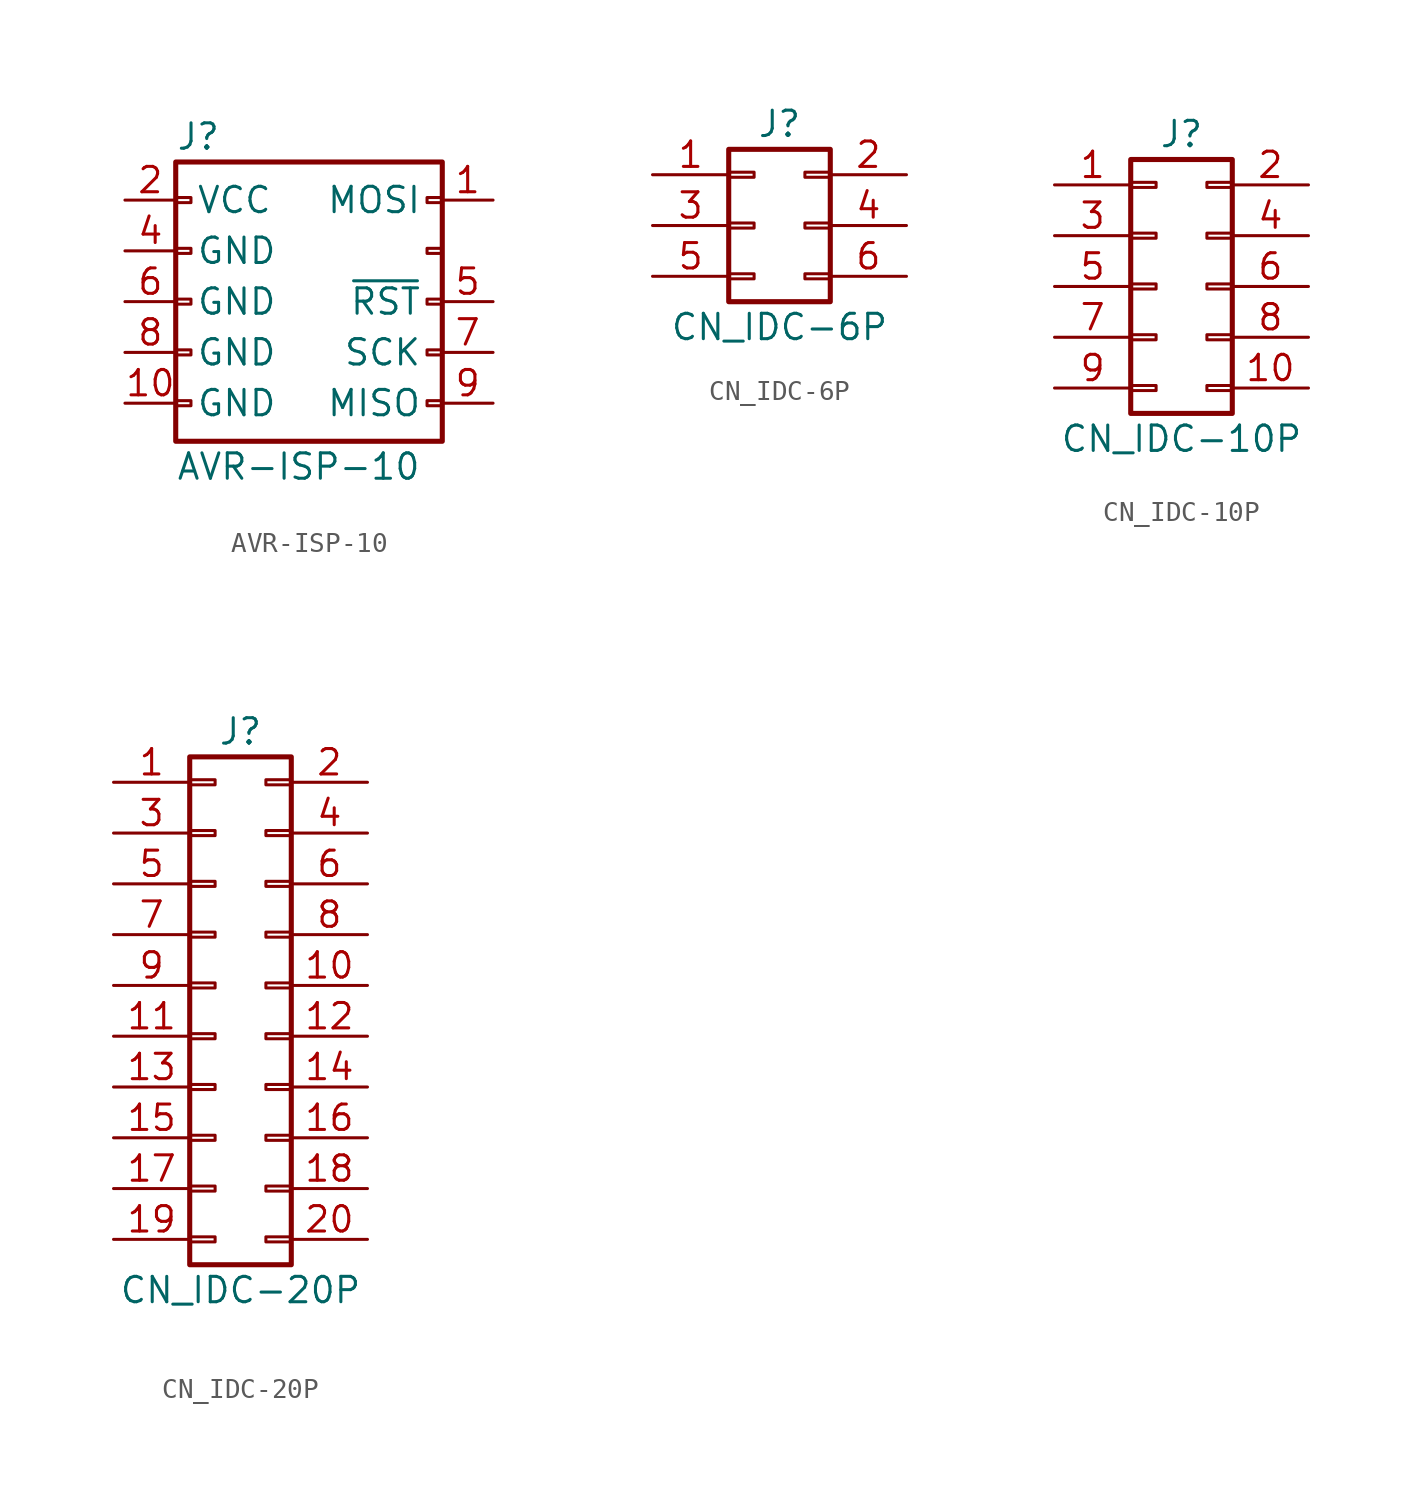
<source format=kicad_sym>
(kicad_symbol_lib
  (version 20211014)
  (generator kicad_symbol_editor)
  (symbol "AVR-ISP-10"
    (pin_names
      (offset 1.016))
    (property "Reference" "J"
      (at -6.35 8.255 0)
      (effects (font (size 1.27 1.27)) (justify left)))
    (property "Value" "AVR-ISP-10"
      (at -6.35 -8.255 0)
      (effects (font (size 1.27 1.27)) (justify left)))
    (symbol "AVR-ISP-10_0_1"
      (rectangle (start -6.35 6.985) (end 6.985 -6.985) (stroke (width 0.254) (type default) (color 0 0 0 0)) (fill (type none)))
      (rectangle (start -5.588 -4.953) (end -6.35 -5.207) (stroke (width 0) (type default) (color 0 0 0 0)) (fill (type none)))
      (rectangle (start -5.588 -2.413) (end -6.35 -2.667) (stroke (width 0) (type default) (color 0 0 0 0)) (fill (type none)))
      (rectangle (start -5.588 0.127) (end -6.35 -0.127) (stroke (width 0) (type default) (color 0 0 0 0)) (fill (type none)))
      (rectangle (start -5.588 2.667) (end -6.35 2.413) (stroke (width 0) (type default) (color 0 0 0 0)) (fill (type none)))
      (rectangle (start -5.588 5.207) (end -6.35 4.953) (stroke (width 0) (type default) (color 0 0 0 0)) (fill (type none)))
      (rectangle (start 6.985 -4.953) (end 6.223 -5.207) (stroke (width 0) (type default) (color 0 0 0 0)) (fill (type none)))
      (rectangle (start 6.985 -2.413) (end 6.223 -2.667) (stroke (width 0) (type default) (color 0 0 0 0)) (fill (type none)))
      (rectangle (start 6.985 0.127) (end 6.223 -0.127) (stroke (width 0) (type default) (color 0 0 0 0)) (fill (type none)))
      (rectangle (start 6.985 2.667) (end 6.223 2.413) (stroke (width 0) (type default) (color 0 0 0 0)) (fill (type none)))
      (rectangle (start 6.985 5.207) (end 6.223 4.953) (stroke (width 0) (type default) (color 0 0 0 0)) (fill (type none))))
    (symbol "AVR-ISP-10_1_1"
      (pin passive line (at 9.525 5.08 180) (length 2.54) (name "MOSI" (effects (font (size 1.27 1.27)))) (number "1" (effects (font (size 1.27 1.27)))))
      (pin passive line (at -8.89 -5.08 0) (length 2.54) (name "GND" (effects (font (size 1.27 1.27)))) (number "10" (effects (font (size 1.27 1.27)))))
      (pin passive line (at -8.89 5.08 0) (length 2.54) (name "VCC" (effects (font (size 1.27 1.27)))) (number "2" (effects (font (size 1.27 1.27)))))
      (pin no_connect line (at 9.525 2.54 180) (length 2.54) hide (name "NC" (effects (font (size 1.27 1.27)))) (number "3" (effects (font (size 1.27 1.27)))))
      (pin passive line (at -8.89 2.54 0) (length 2.54) (name "GND" (effects (font (size 1.27 1.27)))) (number "4" (effects (font (size 1.27 1.27)))))
      (pin passive line (at 9.525 0 180) (length 2.54) (name "~{RST}" (effects (font (size 1.27 1.27)))) (number "5" (effects (font (size 1.27 1.27)))))
      (pin passive line (at -8.89 0 0) (length 2.54) (name "GND" (effects (font (size 1.27 1.27)))) (number "6" (effects (font (size 1.27 1.27)))))
      (pin passive line (at 9.525 -2.54 180) (length 2.54) (name "SCK" (effects (font (size 1.27 1.27)))) (number "7" (effects (font (size 1.27 1.27)))))
      (pin passive line (at -8.89 -2.54 0) (length 2.54) (name "GND" (effects (font (size 1.27 1.27)))) (number "8" (effects (font (size 1.27 1.27)))))
      (pin passive line (at 9.525 -5.08 180) (length 2.54) (name "MISO" (effects (font (size 1.27 1.27)))) (number "9" (effects (font (size 1.27 1.27)))))))
  (symbol "CN_IDC-6P"
    (pin_names
      (offset 1.016) hide)
    (property "Reference" "J"
      (at 0 5.08 0)
      (effects (font (size 1.27 1.27))))
    (property "Value" "CN_IDC-6P"
      (at 0 -5.08 0)
      (effects (font (size 1.27 1.27))))
    (symbol "CN_IDC-6P_1_1"
      (rectangle (start -2.54 -2.413) (end -1.27 -2.667) (stroke (width 0.152) (type default) (color 0 0 0 0)) (fill (type none)))
      (rectangle (start -2.54 0.127) (end -1.27 -0.127) (stroke (width 0.152) (type default) (color 0 0 0 0)) (fill (type none)))
      (rectangle (start -2.54 2.667) (end -1.27 2.413) (stroke (width 0.152) (type default) (color 0 0 0 0)) (fill (type none)))
      (rectangle (start -2.54 3.81) (end 2.54 -3.81) (stroke (width 0.254) (type default) (color 0 0 0 0)) (fill (type none)))
      (rectangle (start 2.54 -2.413) (end 1.27 -2.667) (stroke (width 0.152) (type default) (color 0 0 0 0)) (fill (type none)))
      (rectangle (start 2.54 0.127) (end 1.27 -0.127) (stroke (width 0.152) (type default) (color 0 0 0 0)) (fill (type none)))
      (rectangle (start 2.54 2.667) (end 1.27 2.413) (stroke (width 0.152) (type default) (color 0 0 0 0)) (fill (type none)))
      (pin passive line (at -6.35 2.54 0) (length 3.81) (name "Pin_1" (effects (font (size 1.27 1.27)))) (number "1" (effects (font (size 1.27 1.27)))))
      (pin passive line (at 6.35 2.54 180) (length 3.81) (name "Pin_2" (effects (font (size 1.27 1.27)))) (number "2" (effects (font (size 1.27 1.27)))))
      (pin passive line (at -6.35 0 0) (length 3.81) (name "Pin_3" (effects (font (size 1.27 1.27)))) (number "3" (effects (font (size 1.27 1.27)))))
      (pin passive line (at 6.35 0 180) (length 3.81) (name "Pin_4" (effects (font (size 1.27 1.27)))) (number "4" (effects (font (size 1.27 1.27)))))
      (pin passive line (at -6.35 -2.54 0) (length 3.81) (name "Pin_5" (effects (font (size 1.27 1.27)))) (number "5" (effects (font (size 1.27 1.27)))))
      (pin passive line (at 6.35 -2.54 180) (length 3.81) (name "Pin_6" (effects (font (size 1.27 1.27)))) (number "6" (effects (font (size 1.27 1.27)))))))
  (symbol "CN_IDC-10P"
    (pin_names
      (offset 1.016) hide)
    (property "Reference" "J"
      (at 1.27 7.62 0)
      (effects (font (size 1.27 1.27))))
    (property "Value" "CN_IDC-10P"
      (at 1.27 -7.62 0)
      (effects (font (size 1.27 1.27))))
    (symbol "CN_IDC-10P_1_1"
      (rectangle (start -1.27 -4.953) (end 0 -5.207) (stroke (width 0.152) (type default) (color 0 0 0 0)) (fill (type none)))
      (rectangle (start -1.27 -2.413) (end 0 -2.667) (stroke (width 0.152) (type default) (color 0 0 0 0)) (fill (type none)))
      (rectangle (start -1.27 0.127) (end 0 -0.127) (stroke (width 0.152) (type default) (color 0 0 0 0)) (fill (type none)))
      (rectangle (start -1.27 2.667) (end 0 2.413) (stroke (width 0.152) (type default) (color 0 0 0 0)) (fill (type none)))
      (rectangle (start -1.27 5.207) (end 0 4.953) (stroke (width 0.152) (type default) (color 0 0 0 0)) (fill (type none)))
      (rectangle (start -1.27 6.35) (end 3.81 -6.35) (stroke (width 0.254) (type default) (color 0 0 0 0)) (fill (type none)))
      (rectangle (start 3.81 -4.953) (end 2.54 -5.207) (stroke (width 0.152) (type default) (color 0 0 0 0)) (fill (type none)))
      (rectangle (start 3.81 -2.413) (end 2.54 -2.667) (stroke (width 0.152) (type default) (color 0 0 0 0)) (fill (type none)))
      (rectangle (start 3.81 0.127) (end 2.54 -0.127) (stroke (width 0.152) (type default) (color 0 0 0 0)) (fill (type none)))
      (rectangle (start 3.81 2.667) (end 2.54 2.413) (stroke (width 0.152) (type default) (color 0 0 0 0)) (fill (type none)))
      (rectangle (start 3.81 5.207) (end 2.54 4.953) (stroke (width 0.152) (type default) (color 0 0 0 0)) (fill (type none)))
      (pin passive line (at -5.08 5.08 0) (length 3.81) (name "Pin_1" (effects (font (size 1.27 1.27)))) (number "1" (effects (font (size 1.27 1.27)))))
      (pin passive line (at 7.62 -5.08 180) (length 3.81) (name "Pin_10" (effects (font (size 1.27 1.27)))) (number "10" (effects (font (size 1.27 1.27)))))
      (pin passive line (at 7.62 5.08 180) (length 3.81) (name "Pin_2" (effects (font (size 1.27 1.27)))) (number "2" (effects (font (size 1.27 1.27)))))
      (pin passive line (at -5.08 2.54 0) (length 3.81) (name "Pin_3" (effects (font (size 1.27 1.27)))) (number "3" (effects (font (size 1.27 1.27)))))
      (pin passive line (at 7.62 2.54 180) (length 3.81) (name "Pin_4" (effects (font (size 1.27 1.27)))) (number "4" (effects (font (size 1.27 1.27)))))
      (pin passive line (at -5.08 0 0) (length 3.81) (name "Pin_5" (effects (font (size 1.27 1.27)))) (number "5" (effects (font (size 1.27 1.27)))))
      (pin passive line (at 7.62 0 180) (length 3.81) (name "Pin_6" (effects (font (size 1.27 1.27)))) (number "6" (effects (font (size 1.27 1.27)))))
      (pin passive line (at -5.08 -2.54 0) (length 3.81) (name "Pin_7" (effects (font (size 1.27 1.27)))) (number "7" (effects (font (size 1.27 1.27)))))
      (pin passive line (at 7.62 -2.54 180) (length 3.81) (name "Pin_8" (effects (font (size 1.27 1.27)))) (number "8" (effects (font (size 1.27 1.27)))))
      (pin passive line (at -5.08 -5.08 0) (length 3.81) (name "Pin_9" (effects (font (size 1.27 1.27)))) (number "9" (effects (font (size 1.27 1.27)))))))
  (symbol "CN_IDC-20P"
    (pin_names
      (offset 1.016) hide)
    (property "Reference" "J"
      (at 1.27 12.7 0)
      (effects (font (size 1.27 1.27))))
    (property "Value" "CN_IDC-20P"
      (at 1.27 -15.24 0)
      (effects (font (size 1.27 1.27))))
    (symbol "CN_IDC-20P_1_1"
      (rectangle (start -1.27 -12.573) (end 0 -12.827) (stroke (width 0.152) (type default) (color 0 0 0 0)) (fill (type none)))
      (rectangle (start -1.27 -10.033) (end 0 -10.287) (stroke (width 0.152) (type default) (color 0 0 0 0)) (fill (type none)))
      (rectangle (start -1.27 -7.493) (end 0 -7.747) (stroke (width 0.152) (type default) (color 0 0 0 0)) (fill (type none)))
      (rectangle (start -1.27 -4.953) (end 0 -5.207) (stroke (width 0.152) (type default) (color 0 0 0 0)) (fill (type none)))
      (rectangle (start -1.27 -2.413) (end 0 -2.667) (stroke (width 0.152) (type default) (color 0 0 0 0)) (fill (type none)))
      (rectangle (start -1.27 0.127) (end 0 -0.127) (stroke (width 0.152) (type default) (color 0 0 0 0)) (fill (type none)))
      (rectangle (start -1.27 2.667) (end 0 2.413) (stroke (width 0.152) (type default) (color 0 0 0 0)) (fill (type none)))
      (rectangle (start -1.27 5.207) (end 0 4.953) (stroke (width 0.152) (type default) (color 0 0 0 0)) (fill (type none)))
      (rectangle (start -1.27 7.747) (end 0 7.493) (stroke (width 0.152) (type default) (color 0 0 0 0)) (fill (type none)))
      (rectangle (start -1.27 10.287) (end 0 10.033) (stroke (width 0.152) (type default) (color 0 0 0 0)) (fill (type none)))
      (rectangle (start -1.27 11.43) (end 3.81 -13.97) (stroke (width 0.254) (type default) (color 0 0 0 0)) (fill (type none)))
      (rectangle (start 3.81 -12.573) (end 2.54 -12.827) (stroke (width 0.152) (type default) (color 0 0 0 0)) (fill (type none)))
      (rectangle (start 3.81 -10.033) (end 2.54 -10.287) (stroke (width 0.152) (type default) (color 0 0 0 0)) (fill (type none)))
      (rectangle (start 3.81 -7.493) (end 2.54 -7.747) (stroke (width 0.152) (type default) (color 0 0 0 0)) (fill (type none)))
      (rectangle (start 3.81 -4.953) (end 2.54 -5.207) (stroke (width 0.152) (type default) (color 0 0 0 0)) (fill (type none)))
      (rectangle (start 3.81 -2.413) (end 2.54 -2.667) (stroke (width 0.152) (type default) (color 0 0 0 0)) (fill (type none)))
      (rectangle (start 3.81 0.127) (end 2.54 -0.127) (stroke (width 0.152) (type default) (color 0 0 0 0)) (fill (type none)))
      (rectangle (start 3.81 2.667) (end 2.54 2.413) (stroke (width 0.152) (type default) (color 0 0 0 0)) (fill (type none)))
      (rectangle (start 3.81 5.207) (end 2.54 4.953) (stroke (width 0.152) (type default) (color 0 0 0 0)) (fill (type none)))
      (rectangle (start 3.81 7.747) (end 2.54 7.493) (stroke (width 0.152) (type default) (color 0 0 0 0)) (fill (type none)))
      (rectangle (start 3.81 10.287) (end 2.54 10.033) (stroke (width 0.152) (type default) (color 0 0 0 0)) (fill (type none)))
      (pin passive line (at -5.08 10.16 0) (length 3.81) (name "Pin_1" (effects (font (size 1.27 1.27)))) (number "1" (effects (font (size 1.27 1.27)))))
      (pin passive line (at 7.62 0 180) (length 3.81) (name "Pin_10" (effects (font (size 1.27 1.27)))) (number "10" (effects (font (size 1.27 1.27)))))
      (pin passive line (at -5.08 -2.54 0) (length 3.81) (name "Pin_11" (effects (font (size 1.27 1.27)))) (number "11" (effects (font (size 1.27 1.27)))))
      (pin passive line (at 7.62 -2.54 180) (length 3.81) (name "Pin_12" (effects (font (size 1.27 1.27)))) (number "12" (effects (font (size 1.27 1.27)))))
      (pin passive line (at -5.08 -5.08 0) (length 3.81) (name "Pin_13" (effects (font (size 1.27 1.27)))) (number "13" (effects (font (size 1.27 1.27)))))
      (pin passive line (at 7.62 -5.08 180) (length 3.81) (name "Pin_14" (effects (font (size 1.27 1.27)))) (number "14" (effects (font (size 1.27 1.27)))))
      (pin passive line (at -5.08 -7.62 0) (length 3.81) (name "Pin_15" (effects (font (size 1.27 1.27)))) (number "15" (effects (font (size 1.27 1.27)))))
      (pin passive line (at 7.62 -7.62 180) (length 3.81) (name "Pin_16" (effects (font (size 1.27 1.27)))) (number "16" (effects (font (size 1.27 1.27)))))
      (pin passive line (at -5.08 -10.16 0) (length 3.81) (name "Pin_17" (effects (font (size 1.27 1.27)))) (number "17" (effects (font (size 1.27 1.27)))))
      (pin passive line (at 7.62 -10.16 180) (length 3.81) (name "Pin_18" (effects (font (size 1.27 1.27)))) (number "18" (effects (font (size 1.27 1.27)))))
      (pin passive line (at -5.08 -12.7 0) (length 3.81) (name "Pin_19" (effects (font (size 1.27 1.27)))) (number "19" (effects (font (size 1.27 1.27)))))
      (pin passive line (at 7.62 10.16 180) (length 3.81) (name "Pin_2" (effects (font (size 1.27 1.27)))) (number "2" (effects (font (size 1.27 1.27)))))
      (pin passive line (at 7.62 -12.7 180) (length 3.81) (name "Pin_20" (effects (font (size 1.27 1.27)))) (number "20" (effects (font (size 1.27 1.27)))))
      (pin passive line (at -5.08 7.62 0) (length 3.81) (name "Pin_3" (effects (font (size 1.27 1.27)))) (number "3" (effects (font (size 1.27 1.27)))))
      (pin passive line (at 7.62 7.62 180) (length 3.81) (name "Pin_4" (effects (font (size 1.27 1.27)))) (number "4" (effects (font (size 1.27 1.27)))))
      (pin passive line (at -5.08 5.08 0) (length 3.81) (name "Pin_5" (effects (font (size 1.27 1.27)))) (number "5" (effects (font (size 1.27 1.27)))))
      (pin passive line (at 7.62 5.08 180) (length 3.81) (name "Pin_6" (effects (font (size 1.27 1.27)))) (number "6" (effects (font (size 1.27 1.27)))))
      (pin passive line (at -5.08 2.54 0) (length 3.81) (name "Pin_7" (effects (font (size 1.27 1.27)))) (number "7" (effects (font (size 1.27 1.27)))))
      (pin passive line (at 7.62 2.54 180) (length 3.81) (name "Pin_8" (effects (font (size 1.27 1.27)))) (number "8" (effects (font (size 1.27 1.27)))))
      (pin passive line (at -5.08 0 0) (length 3.81) (name "Pin_9" (effects (font (size 1.27 1.27)))) (number "9" (effects (font (size 1.27 1.27))))))))
</source>
